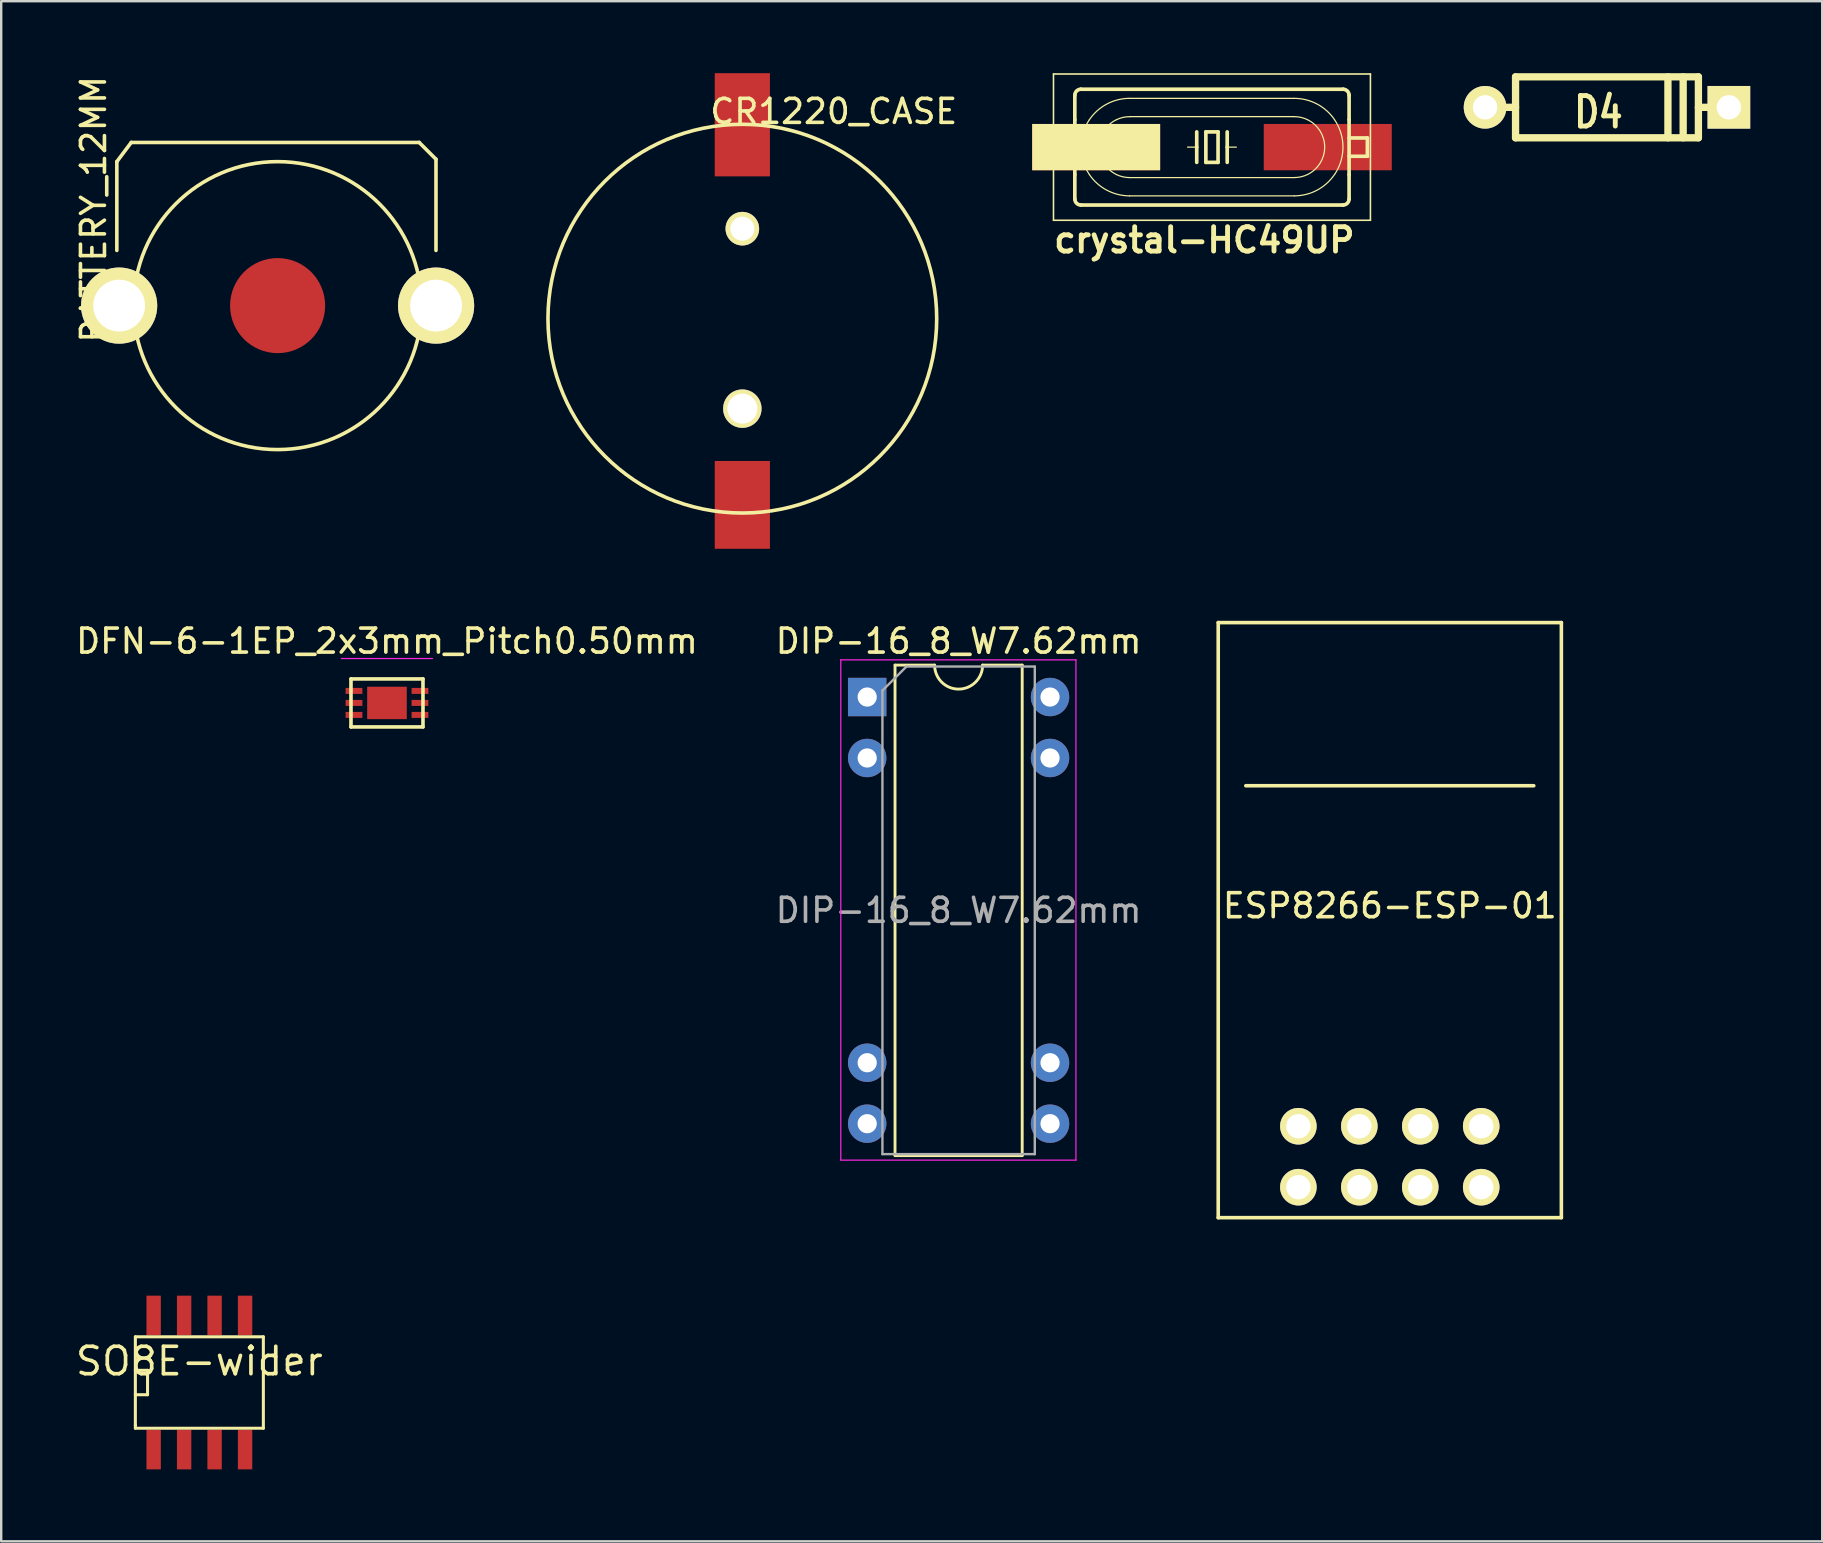
<source format=kicad_pcb>
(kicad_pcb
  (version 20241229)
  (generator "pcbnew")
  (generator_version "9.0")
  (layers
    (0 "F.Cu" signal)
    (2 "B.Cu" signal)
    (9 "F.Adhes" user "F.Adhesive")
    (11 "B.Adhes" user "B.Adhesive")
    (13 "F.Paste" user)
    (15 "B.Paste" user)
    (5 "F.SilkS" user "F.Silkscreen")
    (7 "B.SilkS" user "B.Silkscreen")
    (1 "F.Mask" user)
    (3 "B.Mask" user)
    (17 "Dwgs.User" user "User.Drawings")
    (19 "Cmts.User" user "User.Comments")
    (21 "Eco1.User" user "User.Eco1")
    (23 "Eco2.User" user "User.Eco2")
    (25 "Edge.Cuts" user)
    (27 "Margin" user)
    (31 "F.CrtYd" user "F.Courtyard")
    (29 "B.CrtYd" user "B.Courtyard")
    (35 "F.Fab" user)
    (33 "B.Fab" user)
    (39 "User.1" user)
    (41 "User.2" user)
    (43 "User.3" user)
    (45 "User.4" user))
  (footprint "BATTERY_12MM"
    (layer "F.Cu")
    (at 8.519 9.686)
    (property "Reference" "BATTERY_12MM" (at -7.671 -4.013 90) (layer "F.SilkS") (effects (font (size 1 1) (thickness 0.15))))
    (attr through_hole)
    (fp_line (start -6.7 -6) (end -6.1 -6.8) (stroke (width 0.15) (type solid)) (layer "F.SilkS"))
    (fp_line (start -6.7 -2.3) (end -6.7 -6) (stroke (width 0.15) (type solid)) (layer "F.SilkS"))
    (fp_line (start -6.1 -6.8) (end 5.9 -6.8) (stroke (width 0.15) (type solid)) (layer "F.SilkS"))
    (fp_line (start 5.9 -6.8) (end 6.6 -6.1) (stroke (width 0.15) (type solid)) (layer "F.SilkS"))
    (fp_line (start 6.6 -6.1) (end 6.6 -2.3) (stroke (width 0.15) (type solid)) (layer "F.SilkS"))
    (fp_circle (center 0 0) (end 6 0) (stroke (width 0.15) (type solid)) (fill no) (layer "F.SilkS"))
    (pad "1" thru_hole circle (at -6.604 0) (size 3.175 3.175) (drill 2.159) (layers "*.Cu" "*.Mask" "F.SilkS"))
    (pad "1" thru_hole circle (at 6.604 0) (size 3.175 3.175) (drill 2.159) (layers "*.Cu" "*.Mask" "F.SilkS"))
    (pad "2" smd circle (at 0 0) (size 3.962 3.962) (layers "F.Cu" "F.Mask")))
  (footprint "D4"
    (layer "F.Cu")
    (at 63.919 1.422)
    (property "Reference" "D4" (at -0.356 0.203 0) (layer "F.SilkS") (effects (font (size 1.27 1.016) (thickness 0.203))))
    (attr through_hole)
    (fp_line (start -3.81 -1.27) (end 3.81 -1.27) (stroke (width 0.305) (type solid)) (layer "F.SilkS"))
    (fp_line (start -3.81 0) (end -5.08 0) (stroke (width 0.305) (type solid)) (layer "F.SilkS"))
    (fp_line (start -3.81 1.27) (end -3.81 -1.27) (stroke (width 0.305) (type solid)) (layer "F.SilkS"))
    (fp_line (start 2.54 1.27) (end 2.54 -1.27) (stroke (width 0.305) (type solid)) (layer "F.SilkS"))
    (fp_line (start 3.175 -1.27) (end 3.175 1.27) (stroke (width 0.305) (type solid)) (layer "F.SilkS"))
    (fp_line (start 3.81 -1.27) (end 3.81 1.27) (stroke (width 0.305) (type solid)) (layer "F.SilkS"))
    (fp_line (start 3.81 0) (end 5.08 0) (stroke (width 0.305) (type solid)) (layer "F.SilkS"))
    (fp_line (start 3.81 1.27) (end -3.81 1.27) (stroke (width 0.305) (type solid)) (layer "F.SilkS"))
    (pad "1" thru_hole circle (at -5.08 0) (size 1.778 1.778) (drill 1.016) (layers "*.Cu" "*.Mask" "F.SilkS"))
    (pad "2" thru_hole rect (at 5.08 0) (size 1.778 1.778) (drill 1.016) (layers "*.Cu" "*.Mask" "F.SilkS")))
  (footprint "ESP8266-ESP-01"
    (layer "F.Cu")
    (at 54.868 47.695)
    (property "Reference" "ESP8266-ESP-01" (at 0 -13 180) (layer "F.SilkS") (effects (font (size 1 1) (thickness 0.15))))
    (attr through_hole)
    (fp_line (start -7.15 -24.8) (end 7.15 -24.8) (stroke (width 0.15) (type solid)) (layer "F.SilkS"))
    (fp_line (start -7.15 0) (end -7.15 -24.8) (stroke (width 0.15) (type solid)) (layer "F.SilkS"))
    (fp_line (start -6 -18) (end 6 -18) (stroke (width 0.15) (type solid)) (layer "F.SilkS"))
    (fp_line (start 7.15 -24.8) (end 7.15 0) (stroke (width 0.15) (type solid)) (layer "F.SilkS"))
    (fp_line (start 7.15 0) (end -7.15 0) (stroke (width 0.15) (type solid)) (layer "F.SilkS"))
    (pad "1" thru_hole circle (at -3.81 -1.27) (size 1.524 1.524) (drill 1.016) (layers "*.Cu" "*.Mask" "F.SilkS"))
    (pad "2" thru_hole circle (at -3.81 -3.81) (size 1.524 1.524) (drill 1.016) (layers "*.Cu" "*.Mask" "F.SilkS"))
    (pad "3" thru_hole circle (at -1.27 -1.27) (size 1.524 1.524) (drill 1.016) (layers "*.Cu" "*.Mask" "F.SilkS"))
    (pad "4" thru_hole circle (at -1.27 -3.81) (size 1.524 1.524) (drill 1.016) (layers "*.Cu" "*.Mask" "F.SilkS"))
    (pad "5" thru_hole circle (at 1.27 -1.27) (size 1.524 1.524) (drill 1.016) (layers "*.Cu" "*.Mask" "F.SilkS"))
    (pad "6" thru_hole circle (at 1.27 -3.81) (size 1.524 1.524) (drill 1.016) (layers "*.Cu" "*.Mask" "F.SilkS"))
    (pad "7" thru_hole circle (at 3.81 -1.27) (size 1.524 1.524) (drill 1.016) (layers "*.Cu" "*.Mask" "F.SilkS"))
    (pad "8" thru_hole circle (at 3.81 -3.81) (size 1.524 1.524) (drill 1.016) (layers "*.Cu" "*.Mask" "F.SilkS")))
  (footprint "crystal-HC49UP"
    (layer "F.Cu")
    (at 47.457 3.081)
    (property "Reference" "crystal-HC49UP" (at -0.318 3.873 0) (layer "F.SilkS") (effects (font (size 1.016 1.016) (thickness 0.203))))
    (attr smd)
    (fp_line (start -6.604 -3.048) (end 6.604 -3.048) (stroke (width 0.066) (type solid)) (layer "F.SilkS"))
    (fp_line (start -6.604 3.048) (end -6.604 -3.048) (stroke (width 0.066) (type solid)) (layer "F.SilkS"))
    (fp_line (start -6.604 3.048) (end 6.604 3.048) (stroke (width 0.066) (type solid)) (layer "F.SilkS"))
    (fp_line (start -6.477 0.381) (end -6.477 -0.381) (stroke (width 0.152) (type solid)) (layer "F.SilkS"))
    (fp_line (start -5.715 -1.143) (end -5.715 -2.159) (stroke (width 0.152) (type solid)) (layer "F.SilkS"))
    (fp_line (start -5.715 -0.381) (end -6.477 -0.381) (stroke (width 0.152) (type solid)) (layer "F.SilkS"))
    (fp_line (start -5.715 -0.381) (end -5.715 -1.143) (stroke (width 0.152) (type solid)) (layer "F.SilkS"))
    (fp_line (start -5.715 0.381) (end -6.477 0.381) (stroke (width 0.152) (type solid)) (layer "F.SilkS"))
    (fp_line (start -5.715 0.381) (end -5.715 -0.381) (stroke (width 0.152) (type solid)) (layer "F.SilkS"))
    (fp_line (start -5.715 1.143) (end -5.715 0.381) (stroke (width 0.152) (type solid)) (layer "F.SilkS"))
    (fp_line (start -5.715 2.159) (end -5.715 1.143) (stroke (width 0.152) (type solid)) (layer "F.SilkS"))
    (fp_line (start -3.429 -2.032) (end 3.429 -2.032) (stroke (width 0.051) (type solid)) (layer "F.SilkS"))
    (fp_line (start -3.429 -1.27) (end 3.429 -1.27) (stroke (width 0.051) (type solid)) (layer "F.SilkS"))
    (fp_line (start -0.635 -0.635) (end -0.635 0) (stroke (width 0.152) (type solid)) (layer "F.SilkS"))
    (fp_line (start -0.635 0) (end -1.016 0) (stroke (width 0.051) (type solid)) (layer "F.SilkS"))
    (fp_line (start -0.635 0) (end -0.635 0.635) (stroke (width 0.152) (type solid)) (layer "F.SilkS"))
    (fp_line (start -0.254 -0.635) (end -0.254 0.635) (stroke (width 0.152) (type solid)) (layer "F.SilkS"))
    (fp_line (start -0.254 0.635) (end 0.254 0.635) (stroke (width 0.152) (type solid)) (layer "F.SilkS"))
    (fp_line (start 0.254 -0.635) (end -0.254 -0.635) (stroke (width 0.152) (type solid)) (layer "F.SilkS"))
    (fp_line (start 0.254 0.635) (end 0.254 -0.635) (stroke (width 0.152) (type solid)) (layer "F.SilkS"))
    (fp_line (start 0.635 -0.635) (end 0.635 0) (stroke (width 0.152) (type solid)) (layer "F.SilkS"))
    (fp_line (start 0.635 0) (end 0.635 0.635) (stroke (width 0.152) (type solid)) (layer "F.SilkS"))
    (fp_line (start 0.635 0) (end 1.016 0) (stroke (width 0.051) (type solid)) (layer "F.SilkS"))
    (fp_line (start 3.429 1.27) (end -3.429 1.27) (stroke (width 0.051) (type solid)) (layer "F.SilkS"))
    (fp_line (start 3.429 2.032) (end -3.429 2.032) (stroke (width 0.051) (type solid)) (layer "F.SilkS"))
    (fp_line (start 5.461 -2.413) (end -5.461 -2.413) (stroke (width 0.152) (type solid)) (layer "F.SilkS"))
    (fp_line (start 5.461 2.413) (end -5.461 2.413) (stroke (width 0.152) (type solid)) (layer "F.SilkS"))
    (fp_line (start 5.715 -1.143) (end 5.715 -2.159) (stroke (width 0.152) (type solid)) (layer "F.SilkS"))
    (fp_line (start 5.715 -0.381) (end 6.477 -0.381) (stroke (width 0.152) (type solid)) (layer "F.SilkS"))
    (fp_line (start 5.715 0.381) (end 6.477 0.381) (stroke (width 0.152) (type solid)) (layer "F.SilkS"))
    (fp_line (start 5.715 1.143) (end 5.715 -1.143) (stroke (width 0.152) (type solid)) (layer "F.SilkS"))
    (fp_line (start 5.715 2.159) (end 5.715 1.143) (stroke (width 0.152) (type solid)) (layer "F.SilkS"))
    (fp_line (start 6.477 0.381) (end 6.477 -0.381) (stroke (width 0.152) (type solid)) (layer "F.SilkS"))
    (fp_line (start 6.604 3.048) (end 6.604 -3.048) (stroke (width 0.066) (type solid)) (layer "F.SilkS"))
    (fp_arc (start -5.715 -2.159) (mid -5.640605 -2.338605) (end -5.461 -2.413) (stroke (width 0.1524) (type solid)) (layer "F.SilkS"))
    (fp_arc (start -5.461 2.413) (mid -5.640605 2.338605) (end -5.715 2.159) (stroke (width 0.1524) (type solid)) (layer "F.SilkS"))
    (fp_arc (start -5.10794 -1.143) (mid -4.379218 -1.796128) (end -3.429787 -2.033178) (stroke (width 0.0508) (type solid)) (layer "F.SilkS"))
    (fp_arc (start -5.10794 1.143) (mid -5.46008 0.001649) (end -5.109794 -1.140273) (stroke (width 0.0508) (type solid)) (layer "F.SilkS"))
    (fp_arc (start -3.98018 -1.143) (mid -3.711094 -1.237203) (end -3.427769 -1.268955) (stroke (width 0.0508) (type solid)) (layer "F.SilkS"))
    (fp_arc (start -3.98018 1.143) (mid -4.697953 0.002339) (end -3.98439 -1.14096) (stroke (width 0.0508) (type solid)) (layer "F.SilkS"))
    (fp_arc (start -3.429 1.27) (mid -3.712527 1.237947) (end -3.981743 1.143405) (stroke (width 0.0508) (type solid)) (layer "F.SilkS"))
    (fp_arc (start -3.429 2.032) (mid -4.378266 1.796641) (end -5.107632 1.145085) (stroke (width 0.0508) (type solid)) (layer "F.SilkS"))
    (fp_arc (start 3.429 -2.032) (mid 4.378266 -1.796641) (end 5.107632 -1.145085) (stroke (width 0.0508) (type solid)) (layer "F.SilkS"))
    (fp_arc (start 3.429 -1.27) (mid 3.712527 -1.237947) (end 3.981743 -1.143405) (stroke (width 0.0508) (type solid)) (layer "F.SilkS"))
    (fp_arc (start 3.98018 -1.143) (mid 4.697953 -0.002339) (end 3.98439 1.14096) (stroke (width 0.0508) (type solid)) (layer "F.SilkS"))
    (fp_arc (start 3.98018 1.143) (mid 3.711094 1.237203) (end 3.427769 1.268955) (stroke (width 0.0508) (type solid)) (layer "F.SilkS"))
    (fp_arc (start 5.10794 -1.143) (mid 5.46008 -0.001649) (end 5.109794 1.140273) (stroke (width 0.0508) (type solid)) (layer "F.SilkS"))
    (fp_arc (start 5.10794 1.14046) (mid 4.380405 1.793882) (end 3.431886 2.031747) (stroke (width 0.0508) (type solid)) (layer "F.SilkS"))
    (fp_arc (start 5.461 -2.413) (mid 5.640605 -2.338605) (end 5.715 -2.159) (stroke (width 0.1524) (type solid)) (layer "F.SilkS"))
    (fp_arc (start 5.715 2.159) (mid 5.640605 2.338605) (end 5.461 2.413) (stroke (width 0.1524) (type solid)) (layer "F.SilkS"))
    (pad "1" smd rect (at -4.826 0) (size 5.334 1.93) (layers "F.Cu" "F.Mask" "F.SilkS" "F.Paste"))
    (pad "2" smd rect (at 4.826 0) (size 5.334 1.93) (layers "F.Cu" "F.Mask" "F.Paste")))
  (footprint "DFN-6-1EP_2x3mm_Pitch0.50mm"
    (layer "F.Cu")
    (at 13.077 26.243)
    (property "Reference" "DFN-6-1EP_2x3mm_Pitch0.50mm" (at 0 -2.575 0) (layer "F.SilkS") (effects (font (size 1 1) (thickness 0.15))))
    (attr smd)
    (fp_line (start -1.5 -1) (end 1.5 -1) (stroke (width 0.15) (type solid)) (layer "F.SilkS"))
    (fp_line (start -1.5 1) (end -1.5 -1) (stroke (width 0.15) (type solid)) (layer "F.SilkS"))
    (fp_line (start 1.5 -1) (end 1.5 1) (stroke (width 0.15) (type solid)) (layer "F.SilkS"))
    (fp_line (start 1.5 1) (end -1.5 1) (stroke (width 0.15) (type solid)) (layer "F.SilkS"))
    (fp_line (start -1.9 -1.85) (end 1.9 -1.85) (stroke (width 0.05) (type solid)) (layer "F.CrtYd"))
    (pad "1" smd rect (at -1.375 -0.5) (size 0.7 0.25) (layers "F.Cu" "F.Mask" "F.Paste"))
    (pad "2" smd rect (at -1.375 0) (size 0.7 0.25) (layers "F.Cu" "F.Mask" "F.Paste"))
    (pad "3" smd rect (at -1.375 0.5) (size 0.7 0.25) (layers "F.Cu" "F.Mask" "F.Paste"))
    (pad "4" smd rect (at 1.375 0.5) (size 0.7 0.25) (layers "F.Cu" "F.Mask" "F.Paste"))
    (pad "5" smd rect (at 1.375 0) (size 0.7 0.25) (layers "F.Cu" "F.Mask" "F.Paste"))
    (pad "6" smd rect (at 1.375 -0.5) (size 0.7 0.25) (layers "F.Cu" "F.Mask" "F.Paste"))
    (pad "7" smd rect (at 0 0) (size 1.65 1.35) (layers "F.Cu" "F.Mask" "F.Paste")))
  (footprint "SO8E-wider"
    (layer "F.Cu")
    (at 5.258 54.565)
    (property "Reference" "SO8E-wider" (at 0 -0.889 0) (layer "F.SilkS") (effects (font (size 1.143 1.143) (thickness 0.152))))
    (attr smd)
    (fp_line (start -2.667 -1.905) (end -2.667 1.778) (stroke (width 0.127) (type solid)) (layer "F.SilkS"))
    (fp_line (start -2.667 -0.508) (end -2.159 -0.508) (stroke (width 0.127) (type solid)) (layer "F.SilkS"))
    (fp_line (start -2.667 1.778) (end -2.667 1.905) (stroke (width 0.127) (type solid)) (layer "F.SilkS"))
    (fp_line (start -2.667 1.905) (end 2.667 1.905) (stroke (width 0.127) (type solid)) (layer "F.SilkS"))
    (fp_line (start -2.159 -0.508) (end -2.159 0.508) (stroke (width 0.127) (type solid)) (layer "F.SilkS"))
    (fp_line (start -2.159 0.508) (end -2.667 0.508) (stroke (width 0.127) (type solid)) (layer "F.SilkS"))
    (fp_line (start 2.667 -1.905) (end -2.667 -1.905) (stroke (width 0.127) (type solid)) (layer "F.SilkS"))
    (fp_line (start 2.667 -1.905) (end 2.667 1.905) (stroke (width 0.127) (type solid)) (layer "F.SilkS"))
    (pad "1" smd rect (at -1.905 2.794) (size 0.599 1.651) (layers "F.Cu" "F.Mask" "F.Paste"))
    (pad "2" smd rect (at -0.635 2.794) (size 0.599 1.651) (layers "F.Cu" "F.Mask" "F.Paste"))
    (pad "3" smd rect (at 0.635 2.794) (size 0.599 1.651) (layers "F.Cu" "F.Mask" "F.Paste"))
    (pad "4" smd rect (at 1.905 2.794) (size 0.599 1.651) (layers "F.Cu" "F.Mask" "F.Paste"))
    (pad "5" smd rect (at 1.905 -2.794) (size 0.599 1.651) (layers "F.Cu" "F.Mask" "F.Paste"))
    (pad "6" smd rect (at 0.635 -2.794) (size 0.599 1.651) (layers "F.Cu" "F.Mask" "F.Paste"))
    (pad "7" smd rect (at -0.635 -2.794) (size 0.599 1.651) (layers "F.Cu" "F.Mask" "F.Paste"))
    (pad "8" smd rect (at -1.905 -2.794) (size 0.599 1.651) (layers "F.Cu" "F.Mask" "F.Paste")))
  (footprint "CR1220_CASE"
    (layer "F.Cu")
    (at 27.886 10.23)
    (property "Reference" "CR1220_CASE" (at 3.81 -8.636 0) (layer "F.SilkS") (effects (font (size 1 1) (thickness 0.15))))
    (attr through_hole)
    (fp_circle (center 0 0) (end 6.096 5.334) (stroke (width 0.15) (type solid)) (fill no) (layer "F.SilkS"))
    (pad "1" smd rect (at 0 7.76) (size 2.3 3.66) (layers "F.Cu" "F.Mask" "F.Paste"))
    (pad "2" smd rect (at 0 -8.08) (size 2.3 4.3) (layers "F.Cu" "F.Mask" "F.Paste"))
    (pad "3" thru_hole circle (at 0 -3.75) (size 1.4 1.4) (drill 1) (layers "*.Cu" "*.Mask" "F.SilkS"))
    (pad "4" thru_hole circle (at 0 3.75) (size 1.6 1.6) (drill 1.25) (layers "*.Cu" "*.Mask" "F.SilkS")))
  (footprint "DIP-16_8_W7.62mm"
    (layer "F.Cu")
    (at 33.089 25.998)
    (property "Reference" "DIP-16_8_W7.62mm" (at 3.81 -2.33 0) (layer "F.SilkS") (effects (font (size 1 1) (thickness 0.15))))
    (attr through_hole)
    (fp_line (start 1.16 -1.33) (end 1.16 19.11) (stroke (width 0.12) (type solid)) (layer "F.SilkS"))
    (fp_line (start 1.16 19.11) (end 6.46 19.11) (stroke (width 0.12) (type solid)) (layer "F.SilkS"))
    (fp_line (start 2.81 -1.33) (end 1.16 -1.33) (stroke (width 0.12) (type solid)) (layer "F.SilkS"))
    (fp_line (start 6.46 -1.33) (end 4.81 -1.33) (stroke (width 0.12) (type solid)) (layer "F.SilkS"))
    (fp_line (start 6.46 19.11) (end 6.46 -1.33) (stroke (width 0.12) (type solid)) (layer "F.SilkS"))
    (fp_arc (start 4.81 -1.33) (mid 3.81 -0.33) (end 2.81 -1.33) (stroke (width 0.12) (type solid)) (layer "F.SilkS"))
    (fp_line (start -1.1 -1.55) (end -1.1 19.3) (stroke (width 0.05) (type solid)) (layer "F.CrtYd"))
    (fp_line (start -1.1 19.3) (end 8.7 19.3) (stroke (width 0.05) (type solid)) (layer "F.CrtYd"))
    (fp_line (start 8.7 -1.55) (end -1.1 -1.55) (stroke (width 0.05) (type solid)) (layer "F.CrtYd"))
    (fp_line (start 8.7 19.3) (end 8.7 -1.55) (stroke (width 0.05) (type solid)) (layer "F.CrtYd"))
    (fp_line (start 0.635 -0.27) (end 1.635 -1.27) (stroke (width 0.1) (type solid)) (layer "F.Fab"))
    (fp_line (start 0.635 19.05) (end 0.635 -0.27) (stroke (width 0.1) (type solid)) (layer "F.Fab"))
    (fp_line (start 1.635 -1.27) (end 6.985 -1.27) (stroke (width 0.1) (type solid)) (layer "F.Fab"))
    (fp_line (start 6.985 -1.27) (end 6.985 19.05) (stroke (width 0.1) (type solid)) (layer "F.Fab"))
    (fp_line (start 6.985 19.05) (end 0.635 19.05) (stroke (width 0.1) (type solid)) (layer "F.Fab"))
    (fp_text user "${REFERENCE}" (at 3.81 8.89 0) (layer "F.Fab") (effects (font (size 1 1) (thickness 0.15))))
    (pad "1" thru_hole rect (at 0 0) (size 1.6 1.6) (drill 0.8) (layers "*.Cu" "*.Mask"))
    (pad "2" thru_hole oval (at 0 2.54) (size 1.6 1.6) (drill 0.8) (layers "*.Cu" "*.Mask"))
    (pad "7" thru_hole oval (at 0 15.24) (size 1.6 1.6) (drill 0.8) (layers "*.Cu" "*.Mask"))
    (pad "8" thru_hole oval (at 0 17.78) (size 1.6 1.6) (drill 0.8) (layers "*.Cu" "*.Mask"))
    (pad "9" thru_hole oval (at 7.62 17.78) (size 1.6 1.6) (drill 0.8) (layers "*.Cu" "*.Mask"))
    (pad "10" thru_hole oval (at 7.62 15.24) (size 1.6 1.6) (drill 0.8) (layers "*.Cu" "*.Mask"))
    (pad "15" thru_hole oval (at 7.62 2.54) (size 1.6 1.6) (drill 0.8) (layers "*.Cu" "*.Mask"))
    (pad "16" thru_hole oval (at 7.62 0) (size 1.6 1.6) (drill 0.8) (layers "*.Cu" "*.Mask")))
  (gr_rect
    (start -3 -3)
    (end 72.888 61.184)
    (stroke (width 0.1) (type default))
    (fill no)
    (layer "Edge.Cuts")))
</source>
